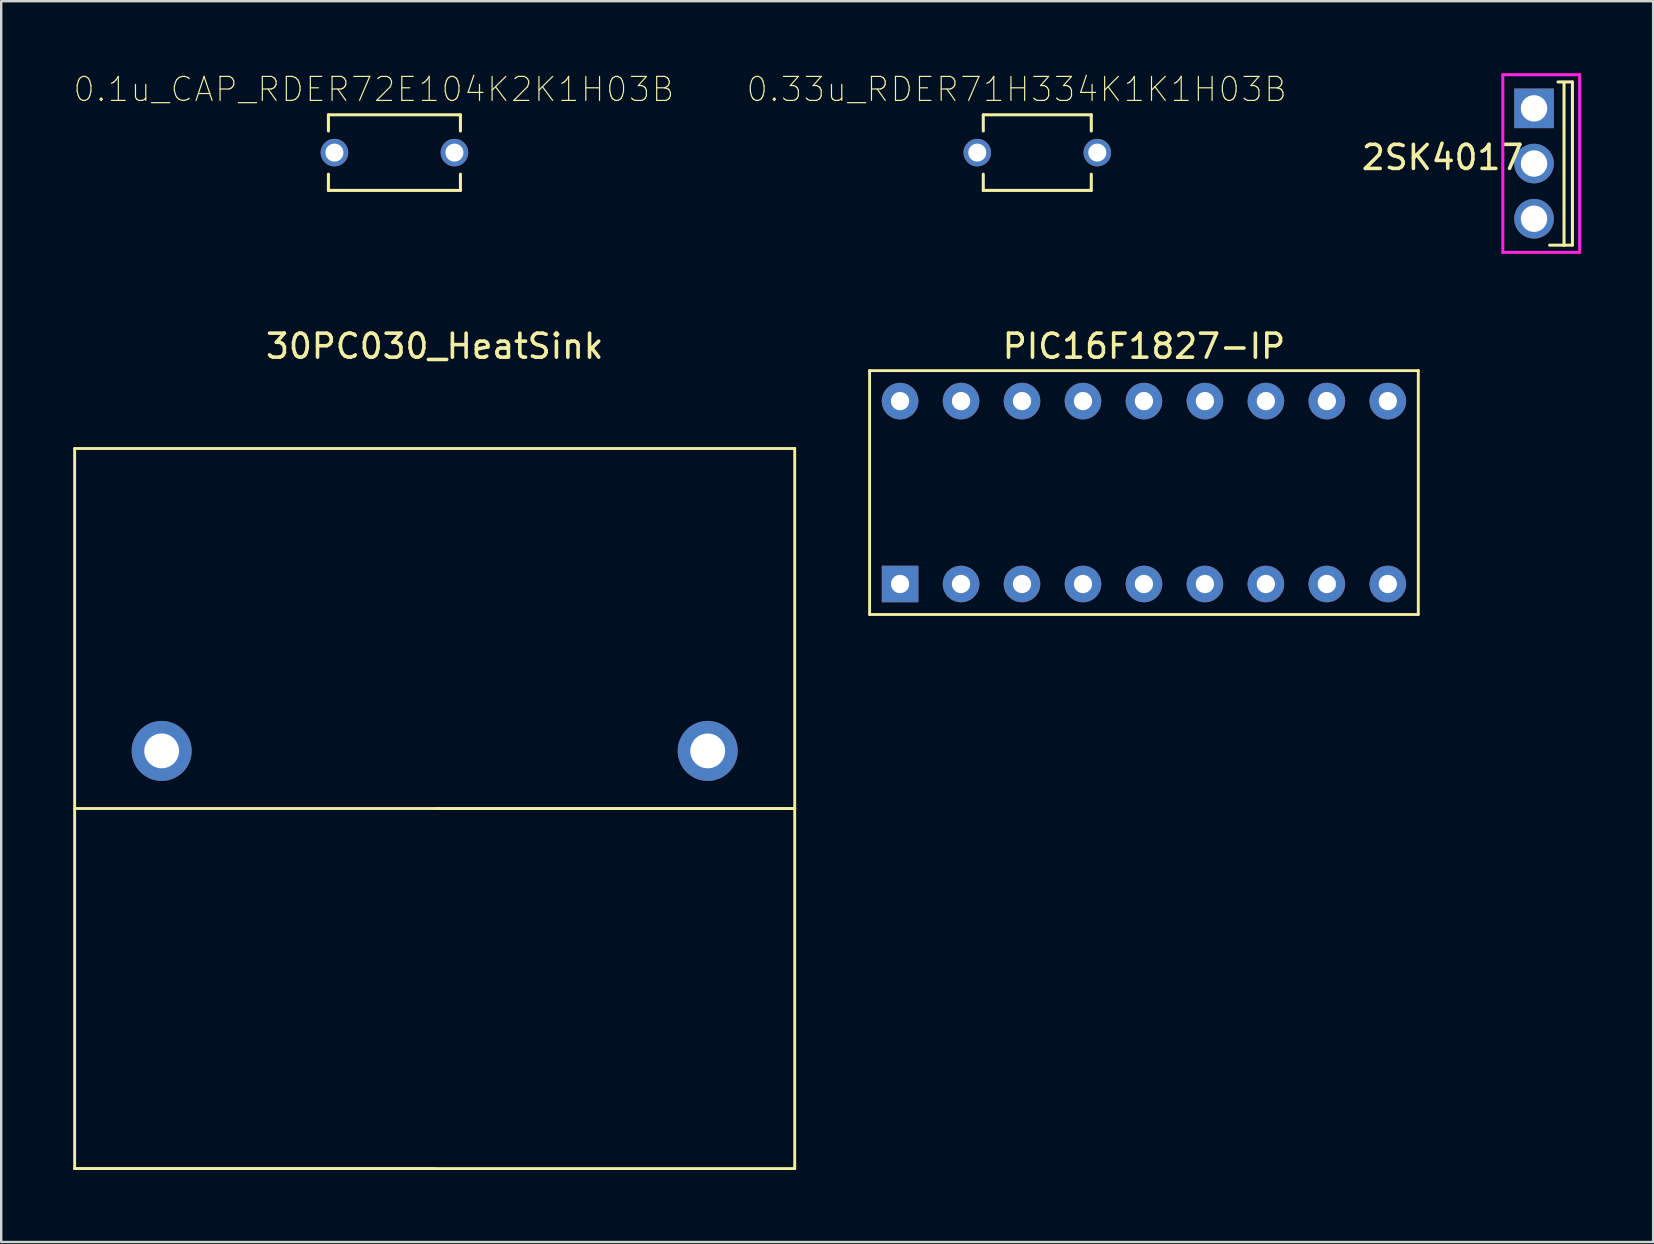
<source format=kicad_pcb>
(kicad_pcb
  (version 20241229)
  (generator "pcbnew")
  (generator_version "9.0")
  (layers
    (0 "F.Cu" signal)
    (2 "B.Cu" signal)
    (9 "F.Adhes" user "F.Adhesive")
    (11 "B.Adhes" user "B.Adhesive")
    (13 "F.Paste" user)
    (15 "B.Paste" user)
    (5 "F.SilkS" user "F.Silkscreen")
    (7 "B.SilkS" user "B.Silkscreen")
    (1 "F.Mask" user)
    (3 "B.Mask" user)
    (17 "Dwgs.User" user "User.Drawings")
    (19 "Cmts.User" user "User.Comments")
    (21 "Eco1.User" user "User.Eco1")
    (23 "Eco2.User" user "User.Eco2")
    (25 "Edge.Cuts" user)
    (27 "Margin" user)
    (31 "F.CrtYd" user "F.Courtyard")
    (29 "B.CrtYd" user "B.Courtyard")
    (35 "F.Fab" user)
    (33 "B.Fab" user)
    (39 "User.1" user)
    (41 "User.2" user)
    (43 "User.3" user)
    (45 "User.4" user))
  (footprint "30PC030_HeatSink"
    (layer "F.Cu")
    (at 15.06 28.235)
    (property "Reference" "30PC030_HeatSink" (at 0 -16.86 0) (layer "F.SilkS") (effects (font (size 1 1) (thickness 0.15))))
    (attr through_hole)
    (fp_line (start -15 -12.6) (end 15 -12.6) (stroke (width 0.12) (type solid)) (layer "F.SilkS"))
    (fp_line (start -15 17.4) (end -15 -12.6) (stroke (width 0.12) (type solid)) (layer "F.SilkS"))
    (fp_line (start -15 17.4) (end 15 17.4) (stroke (width 0.12) (type solid)) (layer "F.SilkS"))
    (fp_line (start 0 2.4) (end 15 2.4) (stroke (width 0.12) (type solid)) (layer "F.SilkS"))
    (fp_line (start 0 17.4) (end -15 17.4) (stroke (width 0.12) (type solid)) (layer "F.SilkS"))
    (fp_line (start 15 -12.6) (end 15 17.4) (stroke (width 0.12) (type solid)) (layer "F.SilkS"))
    (fp_line (start 15 2.4) (end -15 2.4) (stroke (width 0.12) (type solid)) (layer "F.SilkS"))
    (pad "1" thru_hole circle (at -11.375 0) (size 2.5 2.5) (drill 1.45) (layers "*.Cu" "*.Mask"))
    (pad "2" thru_hole circle (at 11.375 0) (size 2.5 2.5) (drill 1.45) (layers "*.Cu" "*.Mask")))
  (footprint "PIC16F1827-IP"
    (layer "F.Cu")
    (at 44.61 17.471)
    (property "Reference" "PIC16F1827-IP" (at 0 -6.096 0) (layer "F.SilkS") (effects (font (size 1 1) (thickness 0.15))))
    (attr through_hole)
    (fp_line (start -11.43 -5.08) (end 11.43 -5.08) (stroke (width 0.12) (type solid)) (layer "F.SilkS"))
    (fp_line (start -11.43 5.08) (end -11.43 -5.08) (stroke (width 0.12) (type solid)) (layer "F.SilkS"))
    (fp_line (start 11.43 -5.08) (end 11.43 5.08) (stroke (width 0.12) (type solid)) (layer "F.SilkS"))
    (fp_line (start 11.43 5.08) (end -11.43 5.08) (stroke (width 0.12) (type solid)) (layer "F.SilkS"))
    (pad "1" thru_hole rect (at -10.16 3.81) (size 1.524 1.524) (drill 0.762) (layers "*.Cu" "*.Mask"))
    (pad "2" thru_hole circle (at -7.62 3.81) (size 1.524 1.524) (drill 0.762) (layers "*.Cu" "*.Mask"))
    (pad "3" thru_hole circle (at -5.08 3.81) (size 1.524 1.524) (drill 0.762) (layers "*.Cu" "*.Mask"))
    (pad "4" thru_hole circle (at -2.54 3.81) (size 1.524 1.524) (drill 0.762) (layers "*.Cu" "*.Mask"))
    (pad "5" thru_hole circle (at 0 3.81) (size 1.524 1.524) (drill 0.762) (layers "*.Cu" "*.Mask"))
    (pad "6" thru_hole circle (at 2.54 3.81) (size 1.524 1.524) (drill 0.762) (layers "*.Cu" "*.Mask"))
    (pad "7" thru_hole circle (at 5.08 3.81) (size 1.524 1.524) (drill 0.762) (layers "*.Cu" "*.Mask"))
    (pad "8" thru_hole circle (at 7.62 3.81) (size 1.524 1.524) (drill 0.762) (layers "*.Cu" "*.Mask"))
    (pad "9" thru_hole circle (at 10.16 3.81) (size 1.524 1.524) (drill 0.762) (layers "*.Cu" "*.Mask"))
    (pad "10" thru_hole circle (at 10.16 -3.81) (size 1.524 1.524) (drill 0.762) (layers "*.Cu" "*.Mask"))
    (pad "11" thru_hole circle (at 7.62 -3.81) (size 1.524 1.524) (drill 0.762) (layers "*.Cu" "*.Mask"))
    (pad "12" thru_hole circle (at 5.08 -3.81) (size 1.524 1.524) (drill 0.762) (layers "*.Cu" "*.Mask"))
    (pad "13" thru_hole circle (at 2.54 -3.81) (size 1.524 1.524) (drill 0.762) (layers "*.Cu" "*.Mask"))
    (pad "14" thru_hole circle (at 0 -3.81) (size 1.524 1.524) (drill 0.762) (layers "*.Cu" "*.Mask"))
    (pad "15" thru_hole circle (at -2.54 -3.81) (size 1.524 1.524) (drill 0.762) (layers "*.Cu" "*.Mask"))
    (pad "16" thru_hole circle (at -5.08 -3.81) (size 1.524 1.524) (drill 0.762) (layers "*.Cu" "*.Mask"))
    (pad "17" thru_hole circle (at -7.62 -3.81) (size 1.524 1.524) (drill 0.762) (layers "*.Cu" "*.Mask"))
    (pad "18" thru_hole circle (at -10.16 -3.81) (size 1.524 1.524) (drill 0.762) (layers "*.Cu" "*.Mask")))
  (footprint "2SK4017"
    (layer "F.Cu")
    (at 60.862 3.764)
    (property "Reference" "2SK4017" (at -3.81 -0.254 180) (layer "F.SilkS") (effects (font (size 1.001 1.001) (thickness 0.15))))
    (attr through_hole)
    (fp_line (start 1.25 -3.35) (end 1.25 3.4) (stroke (width 0.127) (type solid)) (layer "F.SilkS"))
    (fp_line (start 1.25 3.4) (end 0.65 3.4) (stroke (width 0.127) (type solid)) (layer "F.SilkS"))
    (fp_line (start 1.6 -3.4) (end 1 -3.4) (stroke (width 0.127) (type solid)) (layer "F.SilkS"))
    (fp_line (start 1.6 -3.4) (end 1.6 3.4) (stroke (width 0.127) (type solid)) (layer "F.SilkS"))
    (fp_line (start 1.6 3.4) (end 1.25 3.4) (stroke (width 0.127) (type solid)) (layer "F.SilkS"))
    (fp_line (start -1.3 -3.7) (end -1.3 3.7) (stroke (width 0.127) (type solid)) (layer "F.CrtYd"))
    (fp_line (start -1.3 3.7) (end 1.9 3.7) (stroke (width 0.127) (type solid)) (layer "F.CrtYd"))
    (fp_line (start 1.9 -3.7) (end -1.3 -3.7) (stroke (width 0.127) (type solid)) (layer "F.CrtYd"))
    (fp_line (start 1.9 3.7) (end 1.9 -3.7) (stroke (width 0.127) (type solid)) (layer "F.CrtYd"))
    (pad "1" thru_hole rect (at 0 -2.3) (size 1.65 1.65) (drill 1.1) (layers "*.Cu" "*.Mask"))
    (pad "2" thru_hole circle (at 0 0) (size 1.65 1.65) (drill 1.1) (layers "*.Cu" "*.Mask"))
    (pad "3" thru_hole circle (at 0 2.3) (size 1.65 1.65) (drill 1.1) (layers "*.Cu" "*.Mask")))
  (footprint "0.33u_RDER71H334K1K1H03B"
    (layer "F.Cu")
    (at 40.166 3.308)
    (property "Reference" "0.33u_RDER71H334K1K1H03B" (at -0.86 -2.635 0) (layer "F.SilkS") (effects (font (size 1 1) (thickness 0.05))))
    (attr through_hole)
    (fp_line (start -2.25 -1.575) (end -2.25 -0.9) (stroke (width 0.127) (type solid)) (layer "F.SilkS"))
    (fp_line (start -2.25 1.575) (end -2.25 0.9) (stroke (width 0.127) (type solid)) (layer "F.SilkS"))
    (fp_line (start 2.25 -1.575) (end -2.25 -1.575) (stroke (width 0.127) (type solid)) (layer "F.SilkS"))
    (fp_line (start 2.25 -1.575) (end 2.25 -0.9) (stroke (width 0.127) (type solid)) (layer "F.SilkS"))
    (fp_line (start 2.25 0.9) (end 2.25 1.575) (stroke (width 0.127) (type solid)) (layer "F.SilkS"))
    (fp_line (start 2.25 1.575) (end -2.25 1.575) (stroke (width 0.127) (type solid)) (layer "F.SilkS"))
    (fp_line (start -3.325 -1.825) (end 3.325 -1.825) (stroke (width 0.05) (type solid)) (layer "Eco1.User"))
    (fp_line (start -3.325 1.825) (end -3.325 -1.825) (stroke (width 0.05) (type solid)) (layer "Eco1.User"))
    (fp_line (start 3.325 -1.825) (end 3.325 1.825) (stroke (width 0.05) (type solid)) (layer "Eco1.User"))
    (fp_line (start 3.325 1.825) (end -3.325 1.825) (stroke (width 0.05) (type solid)) (layer "Eco1.User"))
    (fp_line (start -2.25 -1.575) (end 2.25 -1.575) (stroke (width 0.127) (type solid)) (layer "Eco2.User"))
    (fp_line (start -2.25 1.575) (end -2.25 -1.575) (stroke (width 0.127) (type solid)) (layer "Eco2.User"))
    (fp_line (start 2.25 -1.575) (end 2.25 1.575) (stroke (width 0.127) (type solid)) (layer "Eco2.User"))
    (fp_line (start 2.25 1.575) (end -2.25 1.575) (stroke (width 0.127) (type solid)) (layer "Eco2.User"))
    (pad "1" thru_hole circle (at -2.5 0) (size 1.15 1.15) (drill 0.75) (layers "*.Cu" "*.Mask"))
    (pad "2" thru_hole circle (at 2.5 0) (size 1.15 1.15) (drill 0.75) (layers "*.Cu" "*.Mask")))
  (footprint "0.1u_CAP_RDER72E104K2K1H03B"
    (layer "F.Cu")
    (at 13.383 3.308)
    (property "Reference" "0.1u_CAP_RDER72E104K2K1H03B" (at -0.86 -2.635 0) (layer "F.SilkS") (effects (font (size 1 1) (thickness 0.05))))
    (attr through_hole)
    (fp_line (start -2.75 -1.575) (end -2.75 -0.9) (stroke (width 0.127) (type solid)) (layer "F.SilkS"))
    (fp_line (start -2.75 1.575) (end -2.75 0.9) (stroke (width 0.127) (type solid)) (layer "F.SilkS"))
    (fp_line (start 2.75 -1.575) (end -2.75 -1.575) (stroke (width 0.127) (type solid)) (layer "F.SilkS"))
    (fp_line (start 2.75 -1.575) (end 2.75 -0.9) (stroke (width 0.127) (type solid)) (layer "F.SilkS"))
    (fp_line (start 2.75 0.9) (end 2.75 1.575) (stroke (width 0.127) (type solid)) (layer "F.SilkS"))
    (fp_line (start 2.75 1.575) (end -2.75 1.575) (stroke (width 0.127) (type solid)) (layer "F.SilkS"))
    (fp_line (start -3.34 -1.825) (end 3.34 -1.825) (stroke (width 0.05) (type solid)) (layer "Eco1.User"))
    (fp_line (start -3.34 1.825) (end -3.34 -1.825) (stroke (width 0.05) (type solid)) (layer "Eco1.User"))
    (fp_line (start 3.34 -1.825) (end 3.34 1.825) (stroke (width 0.05) (type solid)) (layer "Eco1.User"))
    (fp_line (start 3.34 1.825) (end -3.34 1.825) (stroke (width 0.05) (type solid)) (layer "Eco1.User"))
    (fp_line (start -2.75 -1.575) (end 2.75 -1.575) (stroke (width 0.127) (type solid)) (layer "Eco2.User"))
    (fp_line (start -2.75 1.575) (end -2.75 -1.575) (stroke (width 0.127) (type solid)) (layer "Eco2.User"))
    (fp_line (start 2.75 -1.575) (end 2.75 1.575) (stroke (width 0.127) (type solid)) (layer "Eco2.User"))
    (fp_line (start 2.75 1.575) (end -2.75 1.575) (stroke (width 0.127) (type solid)) (layer "Eco2.User"))
    (pad "1" thru_hole circle (at -2.5 0) (size 1.15 1.15) (drill 0.75) (layers "*.Cu" "*.Mask"))
    (pad "2" thru_hole circle (at 2.5 0) (size 1.15 1.15) (drill 0.75) (layers "*.Cu" "*.Mask")))
  (gr_rect
    (start -3 -3)
    (end 65.825 48.695)
    (stroke (width 0.1) (type default))
    (fill no)
    (layer "Edge.Cuts")))
</source>
